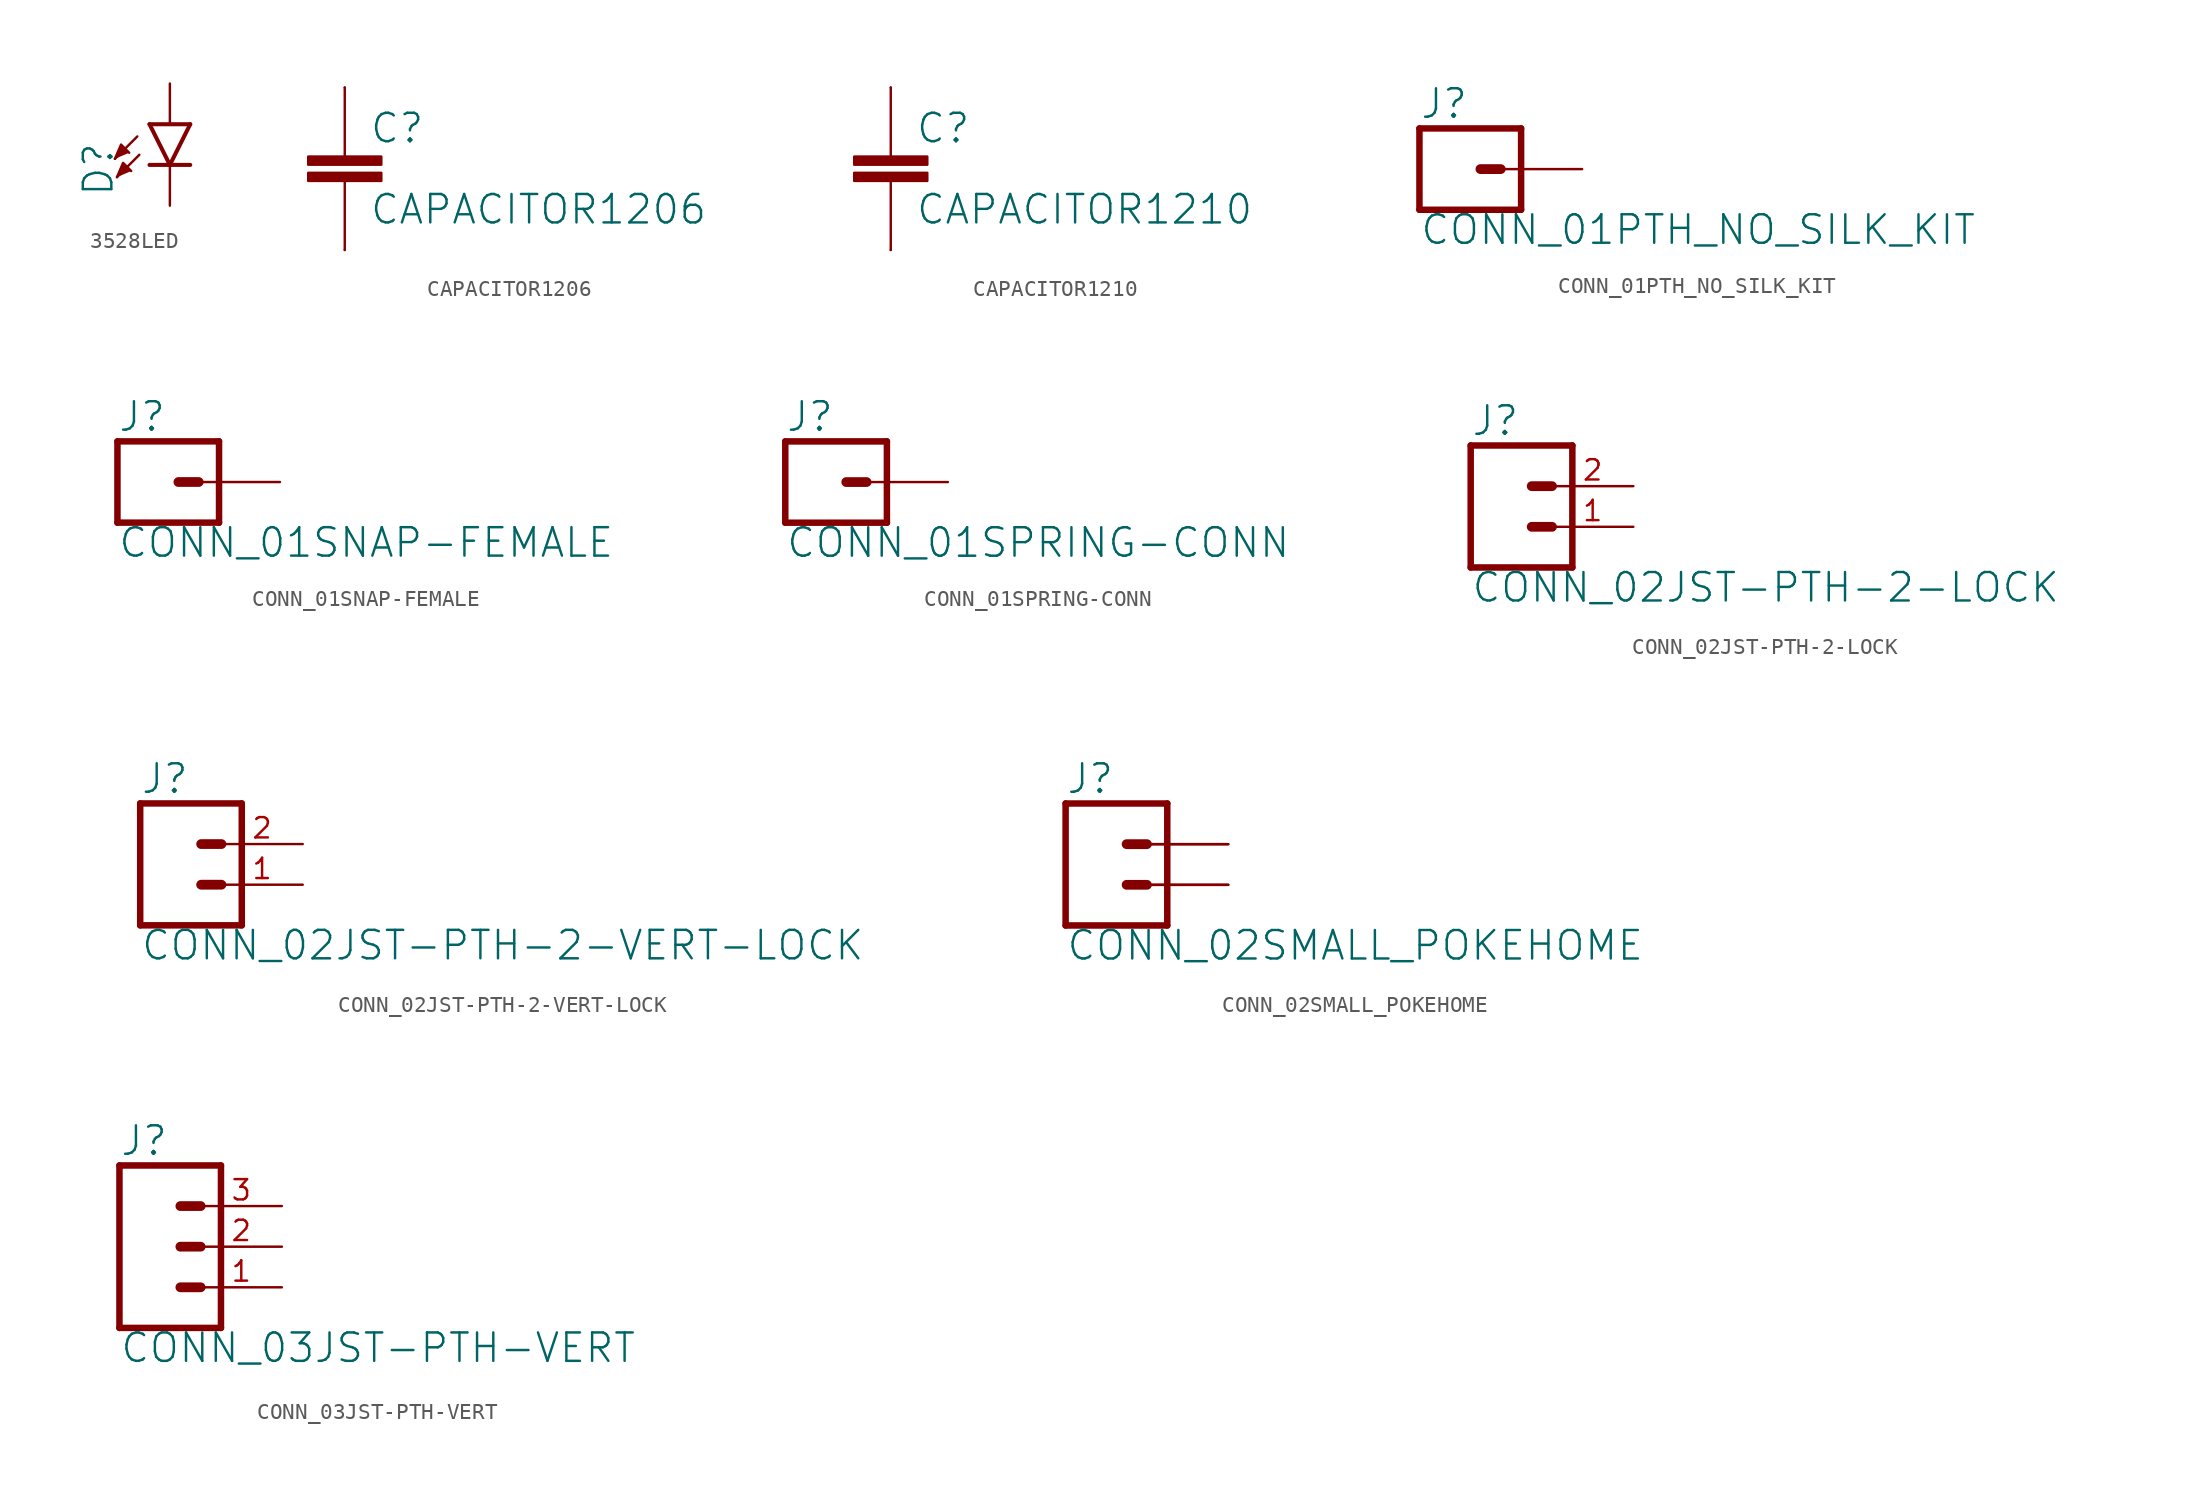
<source format=kicad_sym>
(kicad_symbol_lib
  (version 20211014)
  (generator kicad_symbol_editor)
  (symbol "3528LED"
    (property "Reference" "D"
      (at -3.429 -4.572 90)
      (effects (font (size 1.778 1.778)) (justify left bottom)))
    (property "ki_locked" ""
      (at 0 0 0)
      (effects (font (size 1.27 1.27))))
    (symbol "3528LED_1_0"
      (polyline (pts (xy -2.032 -0.762) (xy -3.429 -2.159)) (stroke (width 0.152) (type default) (color 0 0 0 0)) (fill (type none)))
      (polyline (pts (xy -1.905 -1.905) (xy -3.302 -3.302)) (stroke (width 0.152) (type default) (color 0 0 0 0)) (fill (type none)))
      (polyline (pts (xy 0 -2.54) (xy -1.27 -2.54)) (stroke (width 0.254) (type default) (color 0 0 0 0)) (fill (type none)))
      (polyline (pts (xy 0 -2.54) (xy -1.27 0)) (stroke (width 0.254) (type default) (color 0 0 0 0)) (fill (type none)))
      (polyline (pts (xy 1.27 -2.54) (xy 0 -2.54)) (stroke (width 0.254) (type default) (color 0 0 0 0)) (fill (type none)))
      (polyline (pts (xy 1.27 0) (xy -1.27 0)) (stroke (width 0.254) (type default) (color 0 0 0 0)) (fill (type none)))
      (polyline (pts (xy 1.27 0) (xy 0 -2.54)) (stroke (width 0.254) (type default) (color 0 0 0 0)) (fill (type none)))
      (polyline (pts (xy -3.429 -2.159) (xy -3.048 -1.27) (xy -2.54 -1.778)) (stroke (width 0) (type default) (color 0 0 0 0)) (fill (type outline)))
      (polyline (pts (xy -3.302 -3.302) (xy -2.921 -2.413) (xy -2.413 -2.921)) (stroke (width 0) (type default) (color 0 0 0 0)) (fill (type outline)))
      (pin passive line (at 0 2.54 270) (length 2.54) (name "A" (effects (font (size 0 0)))) (number "A" (effects (font (size 0 0)))))
      (pin passive line (at 0 -5.08 90) (length 2.54) (name "C" (effects (font (size 0 0)))) (number "C" (effects (font (size 0 0)))))))
  (symbol "CAPACITOR1206"
    (property "Reference" "C"
      (at 1.524 2.54 0)
      (effects (font (size 1.778 1.778)) (justify left)))
    (property "Value" "CAPACITOR1206"
      (at 1.524 -2.54 0)
      (effects (font (size 1.778 1.778)) (justify left)))
    (property "ki_locked" ""
      (at 0 0 0)
      (effects (font (size 1.27 1.27))))
    (symbol "CAPACITOR1206_1_0"
      (rectangle (start -2.286 -0.762) (end 2.286 -0.254) (stroke (width 0) (type default) (color 0 0 0 0)) (fill (type outline)))
      (rectangle (start -2.286 0.254) (end 2.286 0.762) (stroke (width 0) (type default) (color 0 0 0 0)) (fill (type outline)))
      (polyline (pts (xy 0 -0.762) (xy 0 -5.08)) (stroke (width 0.152) (type default) (color 0 0 0 0)) (fill (type none)))
      (polyline (pts (xy 0 5.08) (xy 0 0.762)) (stroke (width 0.152) (type default) (color 0 0 0 0)) (fill (type none)))
      (pin passive line (at 0 5.08 270) (length 0) (name "1" (effects (font (size 0 0)))) (number "1" (effects (font (size 0 0)))))
      (pin passive line (at 0 -5.08 90) (length 0) (name "2" (effects (font (size 0 0)))) (number "2" (effects (font (size 0 0)))))))
  (symbol "CAPACITOR1210"
    (property "Reference" "C"
      (at 1.524 2.54 0)
      (effects (font (size 1.778 1.778)) (justify left)))
    (property "Value" "CAPACITOR1210"
      (at 1.524 -2.54 0)
      (effects (font (size 1.778 1.778)) (justify left)))
    (property "ki_locked" ""
      (at 0 0 0)
      (effects (font (size 1.27 1.27))))
    (symbol "CAPACITOR1210_1_0"
      (rectangle (start -2.286 -0.762) (end 2.286 -0.254) (stroke (width 0) (type default) (color 0 0 0 0)) (fill (type outline)))
      (rectangle (start -2.286 0.254) (end 2.286 0.762) (stroke (width 0) (type default) (color 0 0 0 0)) (fill (type outline)))
      (polyline (pts (xy 0 -0.762) (xy 0 -5.08)) (stroke (width 0.152) (type default) (color 0 0 0 0)) (fill (type none)))
      (polyline (pts (xy 0 5.08) (xy 0 0.762)) (stroke (width 0.152) (type default) (color 0 0 0 0)) (fill (type none)))
      (pin passive line (at 0 5.08 270) (length 0) (name "1" (effects (font (size 0 0)))) (number "1" (effects (font (size 0 0)))))
      (pin passive line (at 0 -5.08 90) (length 0) (name "2" (effects (font (size 0 0)))) (number "2" (effects (font (size 0 0)))))))
  (symbol "CONN_01PTH_NO_SILK_KIT"
    (property "Reference" "J"
      (at -2.54 3.048 0)
      (effects (font (size 1.778 1.778)) (justify left bottom)))
    (property "Value" "CONN_01PTH_NO_SILK_KIT"
      (at -2.54 -4.826 0)
      (effects (font (size 1.778 1.778)) (justify left bottom)))
    (property "ki_locked" ""
      (at 0 0 0)
      (effects (font (size 1.27 1.27))))
    (symbol "CONN_01PTH_NO_SILK_KIT_1_0"
      (polyline (pts (xy -2.54 2.54) (xy -2.54 -2.54)) (stroke (width 0.406) (type default) (color 0 0 0 0)) (fill (type none)))
      (polyline (pts (xy -2.54 2.54) (xy 3.81 2.54)) (stroke (width 0.406) (type default) (color 0 0 0 0)) (fill (type none)))
      (polyline (pts (xy 1.27 0) (xy 2.54 0)) (stroke (width 0.61) (type default) (color 0 0 0 0)) (fill (type none)))
      (polyline (pts (xy 3.81 -2.54) (xy -2.54 -2.54)) (stroke (width 0.406) (type default) (color 0 0 0 0)) (fill (type none)))
      (polyline (pts (xy 3.81 -2.54) (xy 3.81 2.54)) (stroke (width 0.406) (type default) (color 0 0 0 0)) (fill (type none)))
      (pin passive line (at 7.62 0 180) (length 5.08) (name "1" (effects (font (size 0 0)))) (number "1" (effects (font (size 0 0)))))))
  (symbol "CONN_01SNAP-FEMALE"
    (property "Reference" "J"
      (at -2.54 3.048 0)
      (effects (font (size 1.778 1.778)) (justify left bottom)))
    (property "Value" "CONN_01SNAP-FEMALE"
      (at -2.54 -4.826 0)
      (effects (font (size 1.778 1.778)) (justify left bottom)))
    (property "ki_locked" ""
      (at 0 0 0)
      (effects (font (size 1.27 1.27))))
    (symbol "CONN_01SNAP-FEMALE_1_0"
      (polyline (pts (xy -2.54 2.54) (xy -2.54 -2.54)) (stroke (width 0.406) (type default) (color 0 0 0 0)) (fill (type none)))
      (polyline (pts (xy -2.54 2.54) (xy 3.81 2.54)) (stroke (width 0.406) (type default) (color 0 0 0 0)) (fill (type none)))
      (polyline (pts (xy 1.27 0) (xy 2.54 0)) (stroke (width 0.61) (type default) (color 0 0 0 0)) (fill (type none)))
      (polyline (pts (xy 3.81 -2.54) (xy -2.54 -2.54)) (stroke (width 0.406) (type default) (color 0 0 0 0)) (fill (type none)))
      (polyline (pts (xy 3.81 -2.54) (xy 3.81 2.54)) (stroke (width 0.406) (type default) (color 0 0 0 0)) (fill (type none)))
      (pin passive line (at 7.62 0 180) (length 5.08) (name "1" (effects (font (size 0 0)))) (number "1" (effects (font (size 0 0)))))))
  (symbol "CONN_01SPRING-CONN"
    (property "Reference" "J"
      (at -2.54 3.048 0)
      (effects (font (size 1.778 1.778)) (justify left bottom)))
    (property "Value" "CONN_01SPRING-CONN"
      (at -2.54 -4.826 0)
      (effects (font (size 1.778 1.778)) (justify left bottom)))
    (property "ki_locked" ""
      (at 0 0 0)
      (effects (font (size 1.27 1.27))))
    (symbol "CONN_01SPRING-CONN_1_0"
      (polyline (pts (xy -2.54 2.54) (xy -2.54 -2.54)) (stroke (width 0.406) (type default) (color 0 0 0 0)) (fill (type none)))
      (polyline (pts (xy -2.54 2.54) (xy 3.81 2.54)) (stroke (width 0.406) (type default) (color 0 0 0 0)) (fill (type none)))
      (polyline (pts (xy 1.27 0) (xy 2.54 0)) (stroke (width 0.61) (type default) (color 0 0 0 0)) (fill (type none)))
      (polyline (pts (xy 3.81 -2.54) (xy -2.54 -2.54)) (stroke (width 0.406) (type default) (color 0 0 0 0)) (fill (type none)))
      (polyline (pts (xy 3.81 -2.54) (xy 3.81 2.54)) (stroke (width 0.406) (type default) (color 0 0 0 0)) (fill (type none)))
      (pin passive line (at 7.62 0 180) (length 5.08) (name "1" (effects (font (size 0 0)))) (number "P$2" (effects (font (size 0 0)))))))
  (symbol "CONN_02JST-PTH-2-LOCK"
    (property "Reference" "J"
      (at -2.54 5.588 0)
      (effects (font (size 1.778 1.778)) (justify left bottom)))
    (property "Value" "CONN_02JST-PTH-2-LOCK"
      (at -2.54 -4.826 0)
      (effects (font (size 1.778 1.778)) (justify left bottom)))
    (property "ki_locked" ""
      (at 0 0 0)
      (effects (font (size 1.27 1.27))))
    (symbol "CONN_02JST-PTH-2-LOCK_1_0"
      (polyline (pts (xy -2.54 5.08) (xy -2.54 -2.54)) (stroke (width 0.406) (type default) (color 0 0 0 0)) (fill (type none)))
      (polyline (pts (xy -2.54 5.08) (xy 3.81 5.08)) (stroke (width 0.406) (type default) (color 0 0 0 0)) (fill (type none)))
      (polyline (pts (xy 1.27 0) (xy 2.54 0)) (stroke (width 0.61) (type default) (color 0 0 0 0)) (fill (type none)))
      (polyline (pts (xy 1.27 2.54) (xy 2.54 2.54)) (stroke (width 0.61) (type default) (color 0 0 0 0)) (fill (type none)))
      (polyline (pts (xy 3.81 -2.54) (xy -2.54 -2.54)) (stroke (width 0.406) (type default) (color 0 0 0 0)) (fill (type none)))
      (polyline (pts (xy 3.81 -2.54) (xy 3.81 5.08)) (stroke (width 0.406) (type default) (color 0 0 0 0)) (fill (type none)))
      (pin passive line (at 7.62 0 180) (length 5.08) (name "1" (effects (font (size 0 0)))) (number "1" (effects (font (size 1.27 1.27)))))
      (pin passive line (at 7.62 2.54 180) (length 5.08) (name "2" (effects (font (size 0 0)))) (number "2" (effects (font (size 1.27 1.27)))))))
  (symbol "CONN_02JST-PTH-2-VERT-LOCK"
    (property "Reference" "J"
      (at -2.54 5.588 0)
      (effects (font (size 1.778 1.778)) (justify left bottom)))
    (property "Value" "CONN_02JST-PTH-2-VERT-LOCK"
      (at -2.54 -4.826 0)
      (effects (font (size 1.778 1.778)) (justify left bottom)))
    (property "ki_locked" ""
      (at 0 0 0)
      (effects (font (size 1.27 1.27))))
    (symbol "CONN_02JST-PTH-2-VERT-LOCK_1_0"
      (polyline (pts (xy -2.54 5.08) (xy -2.54 -2.54)) (stroke (width 0.406) (type default) (color 0 0 0 0)) (fill (type none)))
      (polyline (pts (xy -2.54 5.08) (xy 3.81 5.08)) (stroke (width 0.406) (type default) (color 0 0 0 0)) (fill (type none)))
      (polyline (pts (xy 1.27 0) (xy 2.54 0)) (stroke (width 0.61) (type default) (color 0 0 0 0)) (fill (type none)))
      (polyline (pts (xy 1.27 2.54) (xy 2.54 2.54)) (stroke (width 0.61) (type default) (color 0 0 0 0)) (fill (type none)))
      (polyline (pts (xy 3.81 -2.54) (xy -2.54 -2.54)) (stroke (width 0.406) (type default) (color 0 0 0 0)) (fill (type none)))
      (polyline (pts (xy 3.81 -2.54) (xy 3.81 5.08)) (stroke (width 0.406) (type default) (color 0 0 0 0)) (fill (type none)))
      (pin passive line (at 7.62 0 180) (length 5.08) (name "1" (effects (font (size 0 0)))) (number "1" (effects (font (size 1.27 1.27)))))
      (pin passive line (at 7.62 2.54 180) (length 5.08) (name "2" (effects (font (size 0 0)))) (number "2" (effects (font (size 1.27 1.27)))))))
  (symbol "CONN_02SMALL_POKEHOME"
    (property "Reference" "J"
      (at -2.54 5.588 0)
      (effects (font (size 1.778 1.778)) (justify left bottom)))
    (property "Value" "CONN_02SMALL_POKEHOME"
      (at -2.54 -4.826 0)
      (effects (font (size 1.778 1.778)) (justify left bottom)))
    (property "ki_locked" ""
      (at 0 0 0)
      (effects (font (size 1.27 1.27))))
    (symbol "CONN_02SMALL_POKEHOME_1_0"
      (polyline (pts (xy -2.54 5.08) (xy -2.54 -2.54)) (stroke (width 0.406) (type default) (color 0 0 0 0)) (fill (type none)))
      (polyline (pts (xy -2.54 5.08) (xy 3.81 5.08)) (stroke (width 0.406) (type default) (color 0 0 0 0)) (fill (type none)))
      (polyline (pts (xy 1.27 0) (xy 2.54 0)) (stroke (width 0.61) (type default) (color 0 0 0 0)) (fill (type none)))
      (polyline (pts (xy 1.27 2.54) (xy 2.54 2.54)) (stroke (width 0.61) (type default) (color 0 0 0 0)) (fill (type none)))
      (polyline (pts (xy 3.81 -2.54) (xy -2.54 -2.54)) (stroke (width 0.406) (type default) (color 0 0 0 0)) (fill (type none)))
      (polyline (pts (xy 3.81 -2.54) (xy 3.81 5.08)) (stroke (width 0.406) (type default) (color 0 0 0 0)) (fill (type none)))
      (pin passive line (at 7.62 0 180) (length 5.08) (name "1" (effects (font (size 0 0)))) (number "P1" (effects (font (size 0 0)))))
      (pin passive line (at 7.62 2.54 180) (length 5.08) (name "2" (effects (font (size 0 0)))) (number "P2" (effects (font (size 0 0)))))
      (pin passive line (at 7.62 0 180) (length 5.08) (name "1" (effects (font (size 0 0)))) (number "P3" (effects (font (size 0 0)))))
      (pin passive line (at 7.62 2.54 180) (length 5.08) (name "2" (effects (font (size 0 0)))) (number "P4" (effects (font (size 0 0)))))))
  (symbol "CONN_03JST-PTH-VERT"
    (property "Reference" "J"
      (at -2.54 5.588 0)
      (effects (font (size 1.778 1.778)) (justify left bottom)))
    (property "Value" "CONN_03JST-PTH-VERT"
      (at -2.54 -7.366 0)
      (effects (font (size 1.778 1.778)) (justify left bottom)))
    (property "ki_locked" ""
      (at 0 0 0)
      (effects (font (size 1.27 1.27))))
    (symbol "CONN_03JST-PTH-VERT_1_0"
      (polyline (pts (xy -2.54 5.08) (xy -2.54 -5.08)) (stroke (width 0.406) (type default) (color 0 0 0 0)) (fill (type none)))
      (polyline (pts (xy -2.54 5.08) (xy 3.81 5.08)) (stroke (width 0.406) (type default) (color 0 0 0 0)) (fill (type none)))
      (polyline (pts (xy 1.27 -2.54) (xy 2.54 -2.54)) (stroke (width 0.61) (type default) (color 0 0 0 0)) (fill (type none)))
      (polyline (pts (xy 1.27 0) (xy 2.54 0)) (stroke (width 0.61) (type default) (color 0 0 0 0)) (fill (type none)))
      (polyline (pts (xy 1.27 2.54) (xy 2.54 2.54)) (stroke (width 0.61) (type default) (color 0 0 0 0)) (fill (type none)))
      (polyline (pts (xy 3.81 -5.08) (xy -2.54 -5.08)) (stroke (width 0.406) (type default) (color 0 0 0 0)) (fill (type none)))
      (polyline (pts (xy 3.81 -5.08) (xy 3.81 5.08)) (stroke (width 0.406) (type default) (color 0 0 0 0)) (fill (type none)))
      (pin passive line (at 7.62 -2.54 180) (length 5.08) (name "1" (effects (font (size 0 0)))) (number "1" (effects (font (size 1.27 1.27)))))
      (pin passive line (at 7.62 0 180) (length 5.08) (name "2" (effects (font (size 0 0)))) (number "2" (effects (font (size 1.27 1.27)))))
      (pin passive line (at 7.62 2.54 180) (length 5.08) (name "3" (effects (font (size 0 0)))) (number "3" (effects (font (size 1.27 1.27))))))))
</source>
